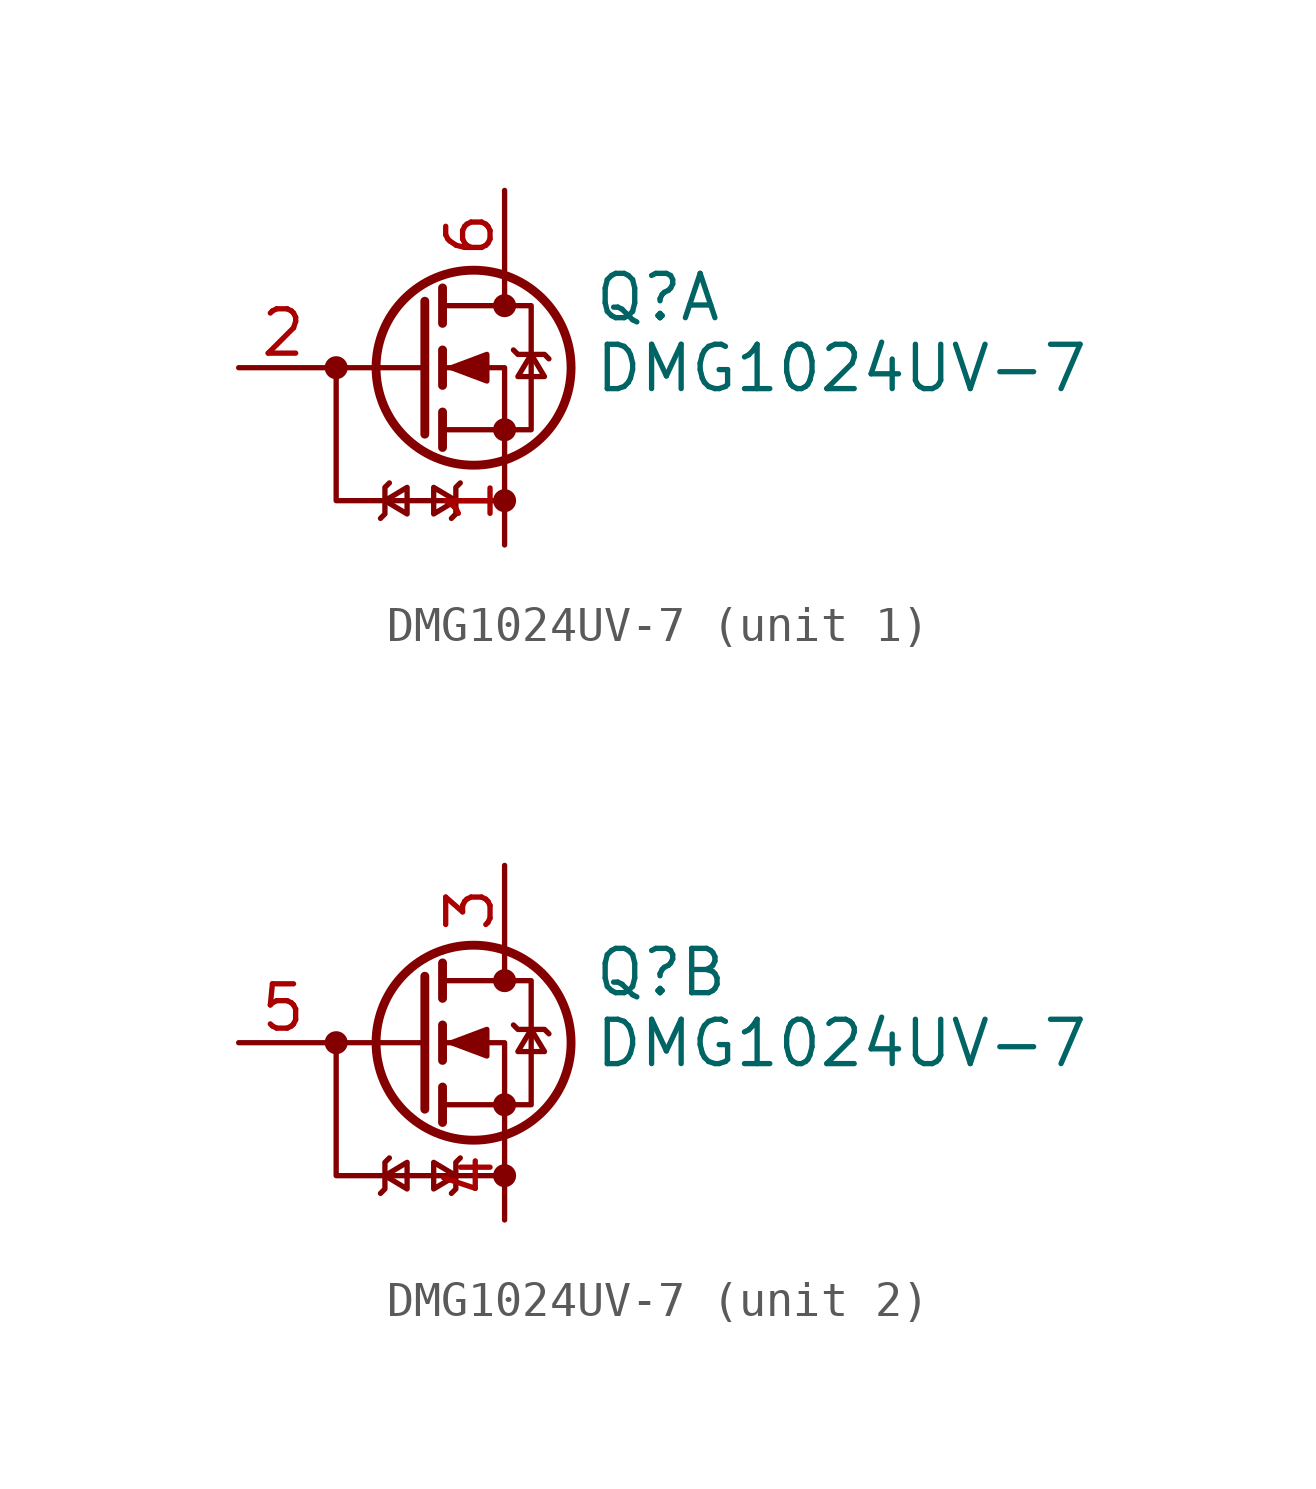
<source format=kicad_sym>
(kicad_symbol_lib
  (version 20241209)
  (generator "kicad_symbol_editor")
  (generator_version "9.0")
  (symbol "DMG1024UV-7"
    (pin_names
      (offset 0)
      (hide yes))
    (property "Reference" "Q"
      (at 5.08 1.27 0)
      (effects (font (size 1.27 1.27)) (justify left bottom)))
    (property "Value" "DMG1024UV-7"
      (at 5.08 -0.762 0)
      (effects (font (size 1.27 1.27)) (justify left bottom)))
    (symbol "DMG1024UV-7_0_1"
      (polyline (pts (xy 2.54 -3.81) (xy -2.286 -3.81) (xy -2.286 0)) (stroke (width 0) (type default)) (fill (type none))))
    (symbol "DMG1024UV-7_1_1"
      (circle (center -2.286 0) (radius 0.254) (stroke (width 0) (type default)) (fill (type outline)))
      (polyline (pts (xy -1.016 -4.318) (xy -0.889 -4.191) (xy -0.889 -3.429) (xy -0.762 -3.302)) (stroke (width 0) (type default)) (fill (type none)))
      (polyline (pts (xy -0.889 -3.81) (xy -0.254 -4.191) (xy -0.254 -3.429) (xy -0.889 -3.81)) (stroke (width 0) (type default)) (fill (type none)))
      (polyline (pts (xy 0.254 1.905) (xy 0.254 -1.905)) (stroke (width 0.254) (type default)) (fill (type none)))
      (polyline (pts (xy 0.254 0) (xy -2.54 0)) (stroke (width 0) (type default)) (fill (type none)))
      (polyline (pts (xy 0.762 2.286) (xy 0.762 1.27)) (stroke (width 0.254) (type default)) (fill (type none)))
      (polyline (pts (xy 0.762 0.508) (xy 0.762 -0.508)) (stroke (width 0.254) (type default)) (fill (type none)))
      (polyline (pts (xy 0.762 -1.27) (xy 0.762 -2.286)) (stroke (width 0.254) (type default)) (fill (type none)))
      (polyline (pts (xy 0.762 -1.778) (xy 3.302 -1.778) (xy 3.302 1.778) (xy 0.762 1.778)) (stroke (width 0) (type default)) (fill (type none)))
      (polyline (pts (xy 1.016 0) (xy 2.032 0.381) (xy 2.032 -0.381) (xy 1.016 0)) (stroke (width 0) (type default)) (fill (type outline)))
      (polyline (pts (xy 1.143 -3.81) (xy 0.508 -3.429) (xy 0.508 -4.191) (xy 1.143 -3.81)) (stroke (width 0) (type default)) (fill (type none)))
      (polyline (pts (xy 1.27 -3.302) (xy 1.143 -3.429) (xy 1.143 -4.191) (xy 1.016 -4.318)) (stroke (width 0) (type default)) (fill (type none)))
      (circle (center 1.651 0) (radius 2.794) (stroke (width 0.254) (type default)) (fill (type none)))
      (polyline (pts (xy 2.54 2.54) (xy 2.54 1.778)) (stroke (width 0) (type default)) (fill (type none)))
      (circle (center 2.54 1.778) (radius 0.254) (stroke (width 0) (type default)) (fill (type outline)))
      (circle (center 2.54 -1.778) (radius 0.254) (stroke (width 0) (type default)) (fill (type outline)))
      (polyline (pts (xy 2.54 -2.54) (xy 2.54 0) (xy 0.762 0)) (stroke (width 0) (type default)) (fill (type none)))
      (circle (center 2.54 -3.81) (radius 0.254) (stroke (width 0) (type default)) (fill (type outline)))
      (polyline (pts (xy 2.794 0.508) (xy 2.921 0.381) (xy 3.683 0.381) (xy 3.81 0.254)) (stroke (width 0) (type default)) (fill (type none)))
      (polyline (pts (xy 3.302 0.381) (xy 2.921 -0.254) (xy 3.683 -0.254) (xy 3.302 0.381)) (stroke (width 0) (type default)) (fill (type none)))
      (pin input line (at -5.08 0 0) (length 2.54) (name "G" (effects (font (size 1.27 1.27)))) (number "2" (effects (font (size 1.27 1.27)))))
      (pin passive line (at 2.54 5.08 270) (length 2.54) (name "D" (effects (font (size 1.27 1.27)))) (number "6" (effects (font (size 1.27 1.27)))))
      (pin passive line (at 2.54 -5.08 90) (length 2.54) (name "S" (effects (font (size 1.27 1.27)))) (number "1" (effects (font (size 1.27 1.27))))))
    (symbol "DMG1024UV-7_2_1"
      (circle (center -2.286 0) (radius 0.254) (stroke (width 0) (type default)) (fill (type outline)))
      (polyline (pts (xy -1.016 -4.318) (xy -0.889 -4.191) (xy -0.889 -3.429) (xy -0.762 -3.302)) (stroke (width 0) (type default)) (fill (type none)))
      (polyline (pts (xy -0.889 -3.81) (xy -0.254 -4.191) (xy -0.254 -3.429) (xy -0.889 -3.81)) (stroke (width 0) (type default)) (fill (type none)))
      (polyline (pts (xy 0.254 1.905) (xy 0.254 -1.905)) (stroke (width 0.254) (type default)) (fill (type none)))
      (polyline (pts (xy 0.254 0) (xy -2.54 0)) (stroke (width 0) (type default)) (fill (type none)))
      (polyline (pts (xy 0.762 2.286) (xy 0.762 1.27)) (stroke (width 0.254) (type default)) (fill (type none)))
      (polyline (pts (xy 0.762 0.508) (xy 0.762 -0.508)) (stroke (width 0.254) (type default)) (fill (type none)))
      (polyline (pts (xy 0.762 -1.27) (xy 0.762 -2.286)) (stroke (width 0.254) (type default)) (fill (type none)))
      (polyline (pts (xy 0.762 -1.778) (xy 3.302 -1.778) (xy 3.302 1.778) (xy 0.762 1.778)) (stroke (width 0) (type default)) (fill (type none)))
      (polyline (pts (xy 1.016 0) (xy 2.032 0.381) (xy 2.032 -0.381) (xy 1.016 0)) (stroke (width 0) (type default)) (fill (type outline)))
      (polyline (pts (xy 1.143 -3.81) (xy 0.508 -3.429) (xy 0.508 -4.191) (xy 1.143 -3.81)) (stroke (width 0) (type default)) (fill (type none)))
      (polyline (pts (xy 1.27 -3.302) (xy 1.143 -3.429) (xy 1.143 -4.191) (xy 1.016 -4.318)) (stroke (width 0) (type default)) (fill (type none)))
      (circle (center 1.651 0) (radius 2.794) (stroke (width 0.254) (type default)) (fill (type none)))
      (polyline (pts (xy 2.54 2.54) (xy 2.54 1.778)) (stroke (width 0) (type default)) (fill (type none)))
      (circle (center 2.54 1.778) (radius 0.254) (stroke (width 0) (type default)) (fill (type outline)))
      (circle (center 2.54 -1.778) (radius 0.254) (stroke (width 0) (type default)) (fill (type outline)))
      (polyline (pts (xy 2.54 -2.54) (xy 2.54 0) (xy 0.762 0)) (stroke (width 0) (type default)) (fill (type none)))
      (circle (center 2.54 -3.81) (radius 0.254) (stroke (width 0) (type default)) (fill (type outline)))
      (polyline (pts (xy 2.794 0.508) (xy 2.921 0.381) (xy 3.683 0.381) (xy 3.81 0.254)) (stroke (width 0) (type default)) (fill (type none)))
      (polyline (pts (xy 3.302 0.381) (xy 2.921 -0.254) (xy 3.683 -0.254) (xy 3.302 0.381)) (stroke (width 0) (type default)) (fill (type none)))
      (pin input line (at -5.08 0 0) (length 2.54) (name "G" (effects (font (size 1.27 1.27)))) (number "5" (effects (font (size 1.27 1.27)))))
      (pin passive line (at 2.54 5.08 270) (length 2.54) (name "D" (effects (font (size 1.27 1.27)))) (number "3" (effects (font (size 1.27 1.27)))))
      (pin passive line (at 2.54 -5.08 90) (length 2.54) (name "S" (effects (font (size 1.27 1.27)))) (number "4" (effects (font (size 1.27 1.27))))))))
</source>
